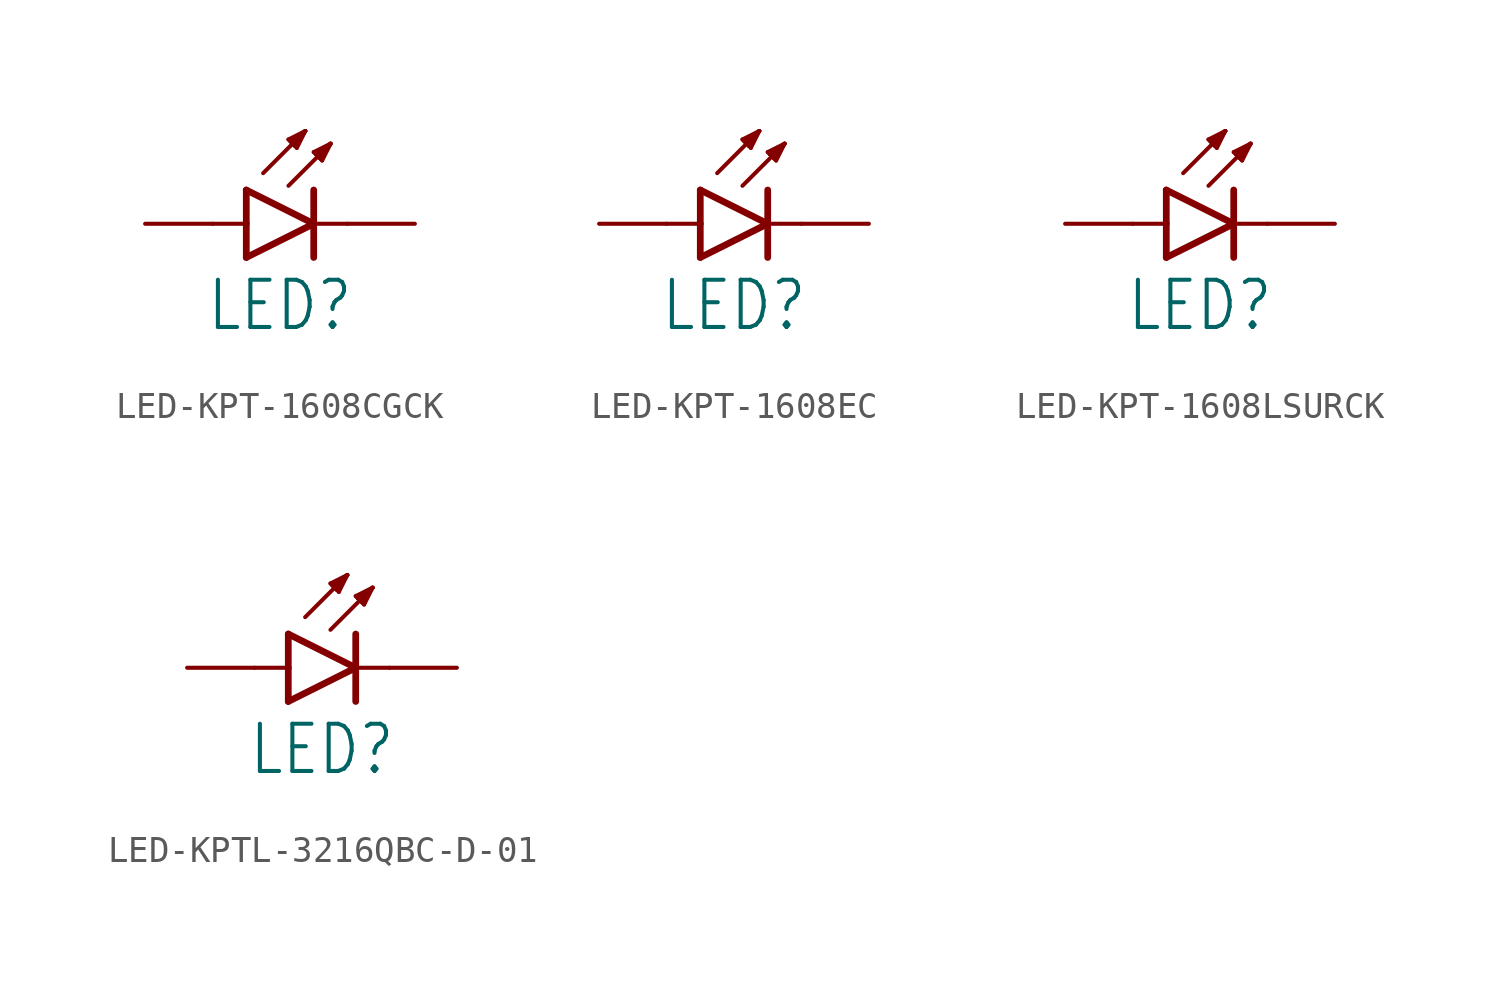
<source format=kicad_sym>
(kicad_symbol_lib
  (version 20231120)
  (generator "kicad_symbol_editor")
  (generator_version "8.0")
  (symbol "LED-KPT-1608CGCK"
    (property "Reference" "LED"
      (at 0 -2.032 0)
      (effects (font (size 1.778 1.511)) (justify top)))
    (property "Value" ""
      (at 0 -4.572 0)
      (effects (font (size 1.778 1.511)) (justify top)))
    (property "ki_locked" ""
      (at 0 0 0)
      (effects (font (size 1.27 1.27))))
    (symbol "LED-KPT-1608CGCK_1_0"
      (polyline (pts (xy -2.54 0) (xy -1.27 0)) (stroke (width 0.152) (type solid)) (fill (type none)))
      (polyline (pts (xy -1.27 -1.27) (xy 1.27 0)) (stroke (width 0.254) (type solid)) (fill (type none)))
      (polyline (pts (xy -1.27 0) (xy -1.27 -1.27)) (stroke (width 0.254) (type solid)) (fill (type none)))
      (polyline (pts (xy -1.27 1.27) (xy -1.27 0)) (stroke (width 0.254) (type solid)) (fill (type none)))
      (polyline (pts (xy -0.635 1.905) (xy 0.953 3.493)) (stroke (width 0.152) (type solid)) (fill (type none)))
      (polyline (pts (xy 0.318 1.429) (xy 1.905 3.016)) (stroke (width 0.152) (type solid)) (fill (type none)))
      (polyline (pts (xy 0.318 3.175) (xy 0.397 3.096)) (stroke (width 0.152) (type solid)) (fill (type none)))
      (polyline (pts (xy 0.397 3.096) (xy 0.556 2.937)) (stroke (width 0.152) (type solid)) (fill (type none)))
      (polyline (pts (xy 0.556 2.937) (xy 0.635 2.857)) (stroke (width 0.152) (type solid)) (fill (type none)))
      (polyline (pts (xy 0.635 2.857) (xy 0.953 3.493)) (stroke (width 0.152) (type solid)) (fill (type none)))
      (polyline (pts (xy 0.953 3.493) (xy 0.318 3.175)) (stroke (width 0.152) (type solid)) (fill (type none)))
      (polyline (pts (xy 0.953 3.493) (xy 0.397 3.096)) (stroke (width 0.152) (type solid)) (fill (type none)))
      (polyline (pts (xy 0.953 3.493) (xy 0.556 2.937)) (stroke (width 0.152) (type solid)) (fill (type none)))
      (polyline (pts (xy 1.27 0) (xy -1.27 1.27)) (stroke (width 0.254) (type solid)) (fill (type none)))
      (polyline (pts (xy 1.27 0) (xy 1.27 -1.27)) (stroke (width 0.254) (type solid)) (fill (type none)))
      (polyline (pts (xy 1.27 1.27) (xy 1.27 0)) (stroke (width 0.254) (type solid)) (fill (type none)))
      (polyline (pts (xy 1.27 2.699) (xy 1.349 2.619)) (stroke (width 0.152) (type solid)) (fill (type none)))
      (polyline (pts (xy 1.349 2.619) (xy 1.508 2.461)) (stroke (width 0.152) (type solid)) (fill (type none)))
      (polyline (pts (xy 1.508 2.461) (xy 1.587 2.381)) (stroke (width 0.152) (type solid)) (fill (type none)))
      (polyline (pts (xy 1.587 2.381) (xy 1.905 3.016)) (stroke (width 0.152) (type solid)) (fill (type none)))
      (polyline (pts (xy 1.905 3.016) (xy 1.27 2.699)) (stroke (width 0.152) (type solid)) (fill (type none)))
      (polyline (pts (xy 1.905 3.016) (xy 1.349 2.619)) (stroke (width 0.152) (type solid)) (fill (type none)))
      (polyline (pts (xy 1.905 3.016) (xy 1.508 2.461)) (stroke (width 0.152) (type solid)) (fill (type none)))
      (polyline (pts (xy 2.54 0) (xy 1.27 0)) (stroke (width 0.152) (type solid)) (fill (type none)))
      (pin passive line (at -5.08 0 0) (length 2.54) (name "A" (effects (font (size 0 0)))) (number "A" (effects (font (size 0 0)))))
      (pin passive line (at 5.08 0 180) (length 2.54) (name "C" (effects (font (size 0 0)))) (number "C" (effects (font (size 0 0)))))))
  (symbol "LED-KPT-1608EC"
    (property "Reference" "LED"
      (at 0 -2.032 0)
      (effects (font (size 1.778 1.511)) (justify top)))
    (property "Value" ""
      (at 0 -4.572 0)
      (effects (font (size 1.778 1.511)) (justify top)))
    (property "ki_locked" ""
      (at 0 0 0)
      (effects (font (size 1.27 1.27))))
    (symbol "LED-KPT-1608EC_1_0"
      (polyline (pts (xy -2.54 0) (xy -1.27 0)) (stroke (width 0.152) (type solid)) (fill (type none)))
      (polyline (pts (xy -1.27 -1.27) (xy 1.27 0)) (stroke (width 0.254) (type solid)) (fill (type none)))
      (polyline (pts (xy -1.27 0) (xy -1.27 -1.27)) (stroke (width 0.254) (type solid)) (fill (type none)))
      (polyline (pts (xy -1.27 1.27) (xy -1.27 0)) (stroke (width 0.254) (type solid)) (fill (type none)))
      (polyline (pts (xy -0.635 1.905) (xy 0.953 3.493)) (stroke (width 0.152) (type solid)) (fill (type none)))
      (polyline (pts (xy 0.318 1.429) (xy 1.905 3.016)) (stroke (width 0.152) (type solid)) (fill (type none)))
      (polyline (pts (xy 0.318 3.175) (xy 0.397 3.096)) (stroke (width 0.152) (type solid)) (fill (type none)))
      (polyline (pts (xy 0.397 3.096) (xy 0.556 2.937)) (stroke (width 0.152) (type solid)) (fill (type none)))
      (polyline (pts (xy 0.556 2.937) (xy 0.635 2.857)) (stroke (width 0.152) (type solid)) (fill (type none)))
      (polyline (pts (xy 0.635 2.857) (xy 0.953 3.493)) (stroke (width 0.152) (type solid)) (fill (type none)))
      (polyline (pts (xy 0.953 3.493) (xy 0.318 3.175)) (stroke (width 0.152) (type solid)) (fill (type none)))
      (polyline (pts (xy 0.953 3.493) (xy 0.397 3.096)) (stroke (width 0.152) (type solid)) (fill (type none)))
      (polyline (pts (xy 0.953 3.493) (xy 0.556 2.937)) (stroke (width 0.152) (type solid)) (fill (type none)))
      (polyline (pts (xy 1.27 0) (xy -1.27 1.27)) (stroke (width 0.254) (type solid)) (fill (type none)))
      (polyline (pts (xy 1.27 0) (xy 1.27 -1.27)) (stroke (width 0.254) (type solid)) (fill (type none)))
      (polyline (pts (xy 1.27 1.27) (xy 1.27 0)) (stroke (width 0.254) (type solid)) (fill (type none)))
      (polyline (pts (xy 1.27 2.699) (xy 1.349 2.619)) (stroke (width 0.152) (type solid)) (fill (type none)))
      (polyline (pts (xy 1.349 2.619) (xy 1.508 2.461)) (stroke (width 0.152) (type solid)) (fill (type none)))
      (polyline (pts (xy 1.508 2.461) (xy 1.587 2.381)) (stroke (width 0.152) (type solid)) (fill (type none)))
      (polyline (pts (xy 1.587 2.381) (xy 1.905 3.016)) (stroke (width 0.152) (type solid)) (fill (type none)))
      (polyline (pts (xy 1.905 3.016) (xy 1.27 2.699)) (stroke (width 0.152) (type solid)) (fill (type none)))
      (polyline (pts (xy 1.905 3.016) (xy 1.349 2.619)) (stroke (width 0.152) (type solid)) (fill (type none)))
      (polyline (pts (xy 1.905 3.016) (xy 1.508 2.461)) (stroke (width 0.152) (type solid)) (fill (type none)))
      (polyline (pts (xy 2.54 0) (xy 1.27 0)) (stroke (width 0.152) (type solid)) (fill (type none)))
      (pin passive line (at -5.08 0 0) (length 2.54) (name "A" (effects (font (size 0 0)))) (number "A" (effects (font (size 0 0)))))
      (pin passive line (at 5.08 0 180) (length 2.54) (name "C" (effects (font (size 0 0)))) (number "C" (effects (font (size 0 0)))))))
  (symbol "LED-KPT-1608LSURCK"
    (property "Reference" "LED"
      (at 0 -2.032 0)
      (effects (font (size 1.778 1.511)) (justify top)))
    (property "Value" ""
      (at 0 -4.572 0)
      (effects (font (size 1.778 1.511)) (justify top)))
    (property "ki_locked" ""
      (at 0 0 0)
      (effects (font (size 1.27 1.27))))
    (symbol "LED-KPT-1608LSURCK_1_0"
      (polyline (pts (xy -2.54 0) (xy -1.27 0)) (stroke (width 0.152) (type solid)) (fill (type none)))
      (polyline (pts (xy -1.27 -1.27) (xy 1.27 0)) (stroke (width 0.254) (type solid)) (fill (type none)))
      (polyline (pts (xy -1.27 0) (xy -1.27 -1.27)) (stroke (width 0.254) (type solid)) (fill (type none)))
      (polyline (pts (xy -1.27 1.27) (xy -1.27 0)) (stroke (width 0.254) (type solid)) (fill (type none)))
      (polyline (pts (xy -0.635 1.905) (xy 0.953 3.493)) (stroke (width 0.152) (type solid)) (fill (type none)))
      (polyline (pts (xy 0.318 1.429) (xy 1.905 3.016)) (stroke (width 0.152) (type solid)) (fill (type none)))
      (polyline (pts (xy 0.318 3.175) (xy 0.397 3.096)) (stroke (width 0.152) (type solid)) (fill (type none)))
      (polyline (pts (xy 0.397 3.096) (xy 0.556 2.937)) (stroke (width 0.152) (type solid)) (fill (type none)))
      (polyline (pts (xy 0.556 2.937) (xy 0.635 2.857)) (stroke (width 0.152) (type solid)) (fill (type none)))
      (polyline (pts (xy 0.635 2.857) (xy 0.953 3.493)) (stroke (width 0.152) (type solid)) (fill (type none)))
      (polyline (pts (xy 0.953 3.493) (xy 0.318 3.175)) (stroke (width 0.152) (type solid)) (fill (type none)))
      (polyline (pts (xy 0.953 3.493) (xy 0.397 3.096)) (stroke (width 0.152) (type solid)) (fill (type none)))
      (polyline (pts (xy 0.953 3.493) (xy 0.556 2.937)) (stroke (width 0.152) (type solid)) (fill (type none)))
      (polyline (pts (xy 1.27 0) (xy -1.27 1.27)) (stroke (width 0.254) (type solid)) (fill (type none)))
      (polyline (pts (xy 1.27 0) (xy 1.27 -1.27)) (stroke (width 0.254) (type solid)) (fill (type none)))
      (polyline (pts (xy 1.27 1.27) (xy 1.27 0)) (stroke (width 0.254) (type solid)) (fill (type none)))
      (polyline (pts (xy 1.27 2.699) (xy 1.349 2.619)) (stroke (width 0.152) (type solid)) (fill (type none)))
      (polyline (pts (xy 1.349 2.619) (xy 1.508 2.461)) (stroke (width 0.152) (type solid)) (fill (type none)))
      (polyline (pts (xy 1.508 2.461) (xy 1.587 2.381)) (stroke (width 0.152) (type solid)) (fill (type none)))
      (polyline (pts (xy 1.587 2.381) (xy 1.905 3.016)) (stroke (width 0.152) (type solid)) (fill (type none)))
      (polyline (pts (xy 1.905 3.016) (xy 1.27 2.699)) (stroke (width 0.152) (type solid)) (fill (type none)))
      (polyline (pts (xy 1.905 3.016) (xy 1.349 2.619)) (stroke (width 0.152) (type solid)) (fill (type none)))
      (polyline (pts (xy 1.905 3.016) (xy 1.508 2.461)) (stroke (width 0.152) (type solid)) (fill (type none)))
      (polyline (pts (xy 2.54 0) (xy 1.27 0)) (stroke (width 0.152) (type solid)) (fill (type none)))
      (pin passive line (at -5.08 0 0) (length 2.54) (name "A" (effects (font (size 0 0)))) (number "A" (effects (font (size 0 0)))))
      (pin passive line (at 5.08 0 180) (length 2.54) (name "C" (effects (font (size 0 0)))) (number "C" (effects (font (size 0 0)))))))
  (symbol "LED-KPTL-3216QBC-D-01"
    (property "Reference" "LED"
      (at 0 -2.032 0)
      (effects (font (size 1.778 1.511)) (justify top)))
    (property "Value" ""
      (at 0 -4.572 0)
      (effects (font (size 1.778 1.511)) (justify top)))
    (property "ki_locked" ""
      (at 0 0 0)
      (effects (font (size 1.27 1.27))))
    (symbol "LED-KPTL-3216QBC-D-01_1_0"
      (polyline (pts (xy -2.54 0) (xy -1.27 0)) (stroke (width 0.152) (type solid)) (fill (type none)))
      (polyline (pts (xy -1.27 -1.27) (xy 1.27 0)) (stroke (width 0.254) (type solid)) (fill (type none)))
      (polyline (pts (xy -1.27 0) (xy -1.27 -1.27)) (stroke (width 0.254) (type solid)) (fill (type none)))
      (polyline (pts (xy -1.27 1.27) (xy -1.27 0)) (stroke (width 0.254) (type solid)) (fill (type none)))
      (polyline (pts (xy -0.635 1.905) (xy 0.953 3.493)) (stroke (width 0.152) (type solid)) (fill (type none)))
      (polyline (pts (xy 0.318 1.429) (xy 1.905 3.016)) (stroke (width 0.152) (type solid)) (fill (type none)))
      (polyline (pts (xy 0.318 3.175) (xy 0.397 3.096)) (stroke (width 0.152) (type solid)) (fill (type none)))
      (polyline (pts (xy 0.397 3.096) (xy 0.556 2.937)) (stroke (width 0.152) (type solid)) (fill (type none)))
      (polyline (pts (xy 0.556 2.937) (xy 0.635 2.857)) (stroke (width 0.152) (type solid)) (fill (type none)))
      (polyline (pts (xy 0.635 2.857) (xy 0.953 3.493)) (stroke (width 0.152) (type solid)) (fill (type none)))
      (polyline (pts (xy 0.953 3.493) (xy 0.318 3.175)) (stroke (width 0.152) (type solid)) (fill (type none)))
      (polyline (pts (xy 0.953 3.493) (xy 0.397 3.096)) (stroke (width 0.152) (type solid)) (fill (type none)))
      (polyline (pts (xy 0.953 3.493) (xy 0.556 2.937)) (stroke (width 0.152) (type solid)) (fill (type none)))
      (polyline (pts (xy 1.27 0) (xy -1.27 1.27)) (stroke (width 0.254) (type solid)) (fill (type none)))
      (polyline (pts (xy 1.27 0) (xy 1.27 -1.27)) (stroke (width 0.254) (type solid)) (fill (type none)))
      (polyline (pts (xy 1.27 1.27) (xy 1.27 0)) (stroke (width 0.254) (type solid)) (fill (type none)))
      (polyline (pts (xy 1.27 2.699) (xy 1.349 2.619)) (stroke (width 0.152) (type solid)) (fill (type none)))
      (polyline (pts (xy 1.349 2.619) (xy 1.508 2.461)) (stroke (width 0.152) (type solid)) (fill (type none)))
      (polyline (pts (xy 1.508 2.461) (xy 1.587 2.381)) (stroke (width 0.152) (type solid)) (fill (type none)))
      (polyline (pts (xy 1.587 2.381) (xy 1.905 3.016)) (stroke (width 0.152) (type solid)) (fill (type none)))
      (polyline (pts (xy 1.905 3.016) (xy 1.27 2.699)) (stroke (width 0.152) (type solid)) (fill (type none)))
      (polyline (pts (xy 1.905 3.016) (xy 1.349 2.619)) (stroke (width 0.152) (type solid)) (fill (type none)))
      (polyline (pts (xy 1.905 3.016) (xy 1.508 2.461)) (stroke (width 0.152) (type solid)) (fill (type none)))
      (polyline (pts (xy 2.54 0) (xy 1.27 0)) (stroke (width 0.152) (type solid)) (fill (type none)))
      (pin passive line (at -5.08 0 0) (length 2.54) (name "A" (effects (font (size 0 0)))) (number "A" (effects (font (size 0 0)))))
      (pin passive line (at 5.08 0 180) (length 2.54) (name "C" (effects (font (size 0 0)))) (number "C" (effects (font (size 0 0))))))))
</source>
